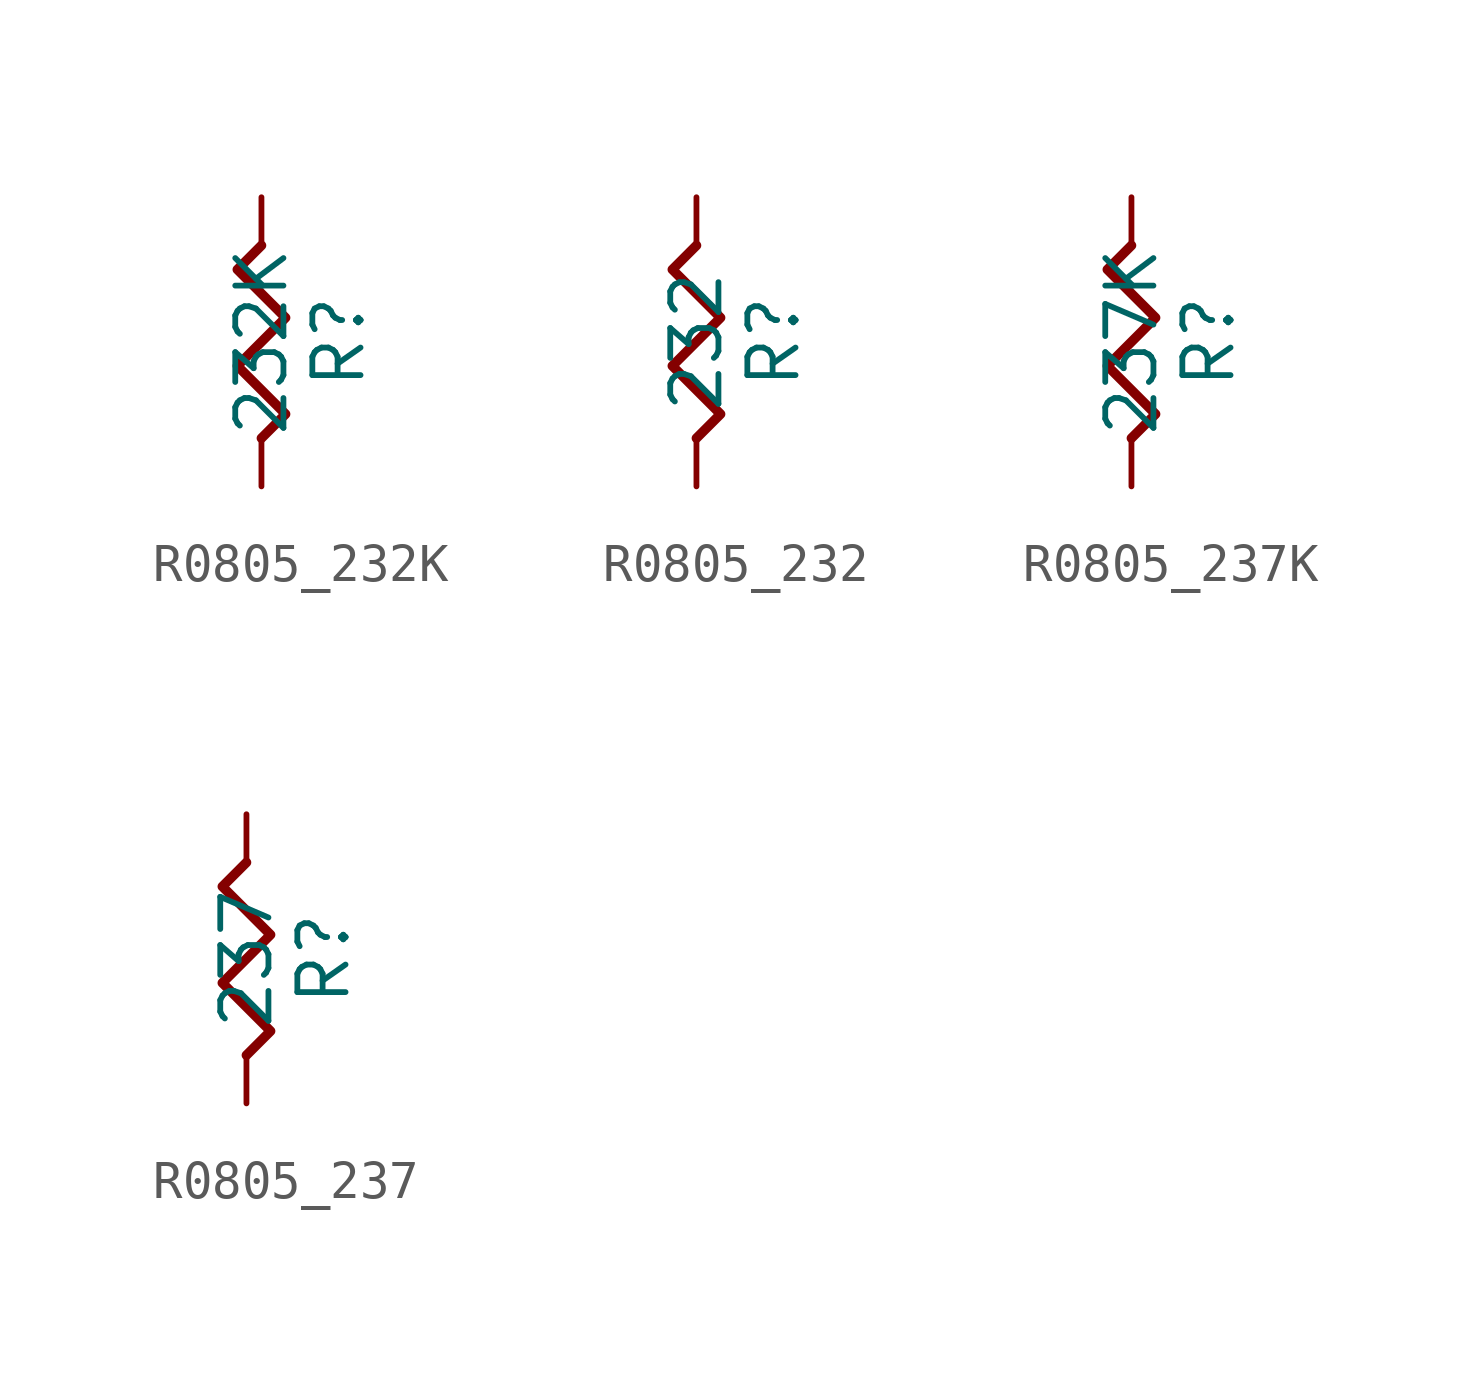
<source format=kicad_sym>
(kicad_symbol_lib
  (version 20211014)
  (generator atlantix-eda)
  (symbol "R0805_232K"
    (pin_numbers hide)
    (pin_names
      (offset 0))
    (property "Reference" "R"
      (at 2.032 0 90)
      (effects (font (size 1.27 1.27))))
    (property "Value" "232K"
      (at 0 0 90)
      (effects (font (size 1.27 1.27))))
    (symbol "R0805_232K_0_1"
      (polyline (pts (xy 0 -2.54) (xy 0.635 -1.905) (xy -0.635 -0.635) (xy 0.635 0.635) (xy -0.635 1.905) (xy 0 2.54)) (stroke (width 0.254) (type default) (color 0 0 0 0)) (fill (type none))))
    (symbol "R0805_232K_1_1"
      (pin passive line (at 0 3.81 270) (length 1.27) (name "~" (effects (font (size 1.27 1.27)))) (number "1" (effects (font (size 1.27 1.27)))))
      (pin passive line (at 0 -3.81 90) (length 1.27) (name "~" (effects (font (size 1.27 1.27)))) (number "2" (effects (font (size 1.27 1.27)))))))
  (symbol "R0805_232"
    (pin_numbers hide)
    (pin_names
      (offset 0))
    (property "Reference" "R"
      (at 2.032 0 90)
      (effects (font (size 1.27 1.27))))
    (property "Value" "232"
      (at 0 0 90)
      (effects (font (size 1.27 1.27))))
    (symbol "R0805_232_0_1"
      (polyline (pts (xy 0 -2.54) (xy 0.635 -1.905) (xy -0.635 -0.635) (xy 0.635 0.635) (xy -0.635 1.905) (xy 0 2.54)) (stroke (width 0.254) (type default) (color 0 0 0 0)) (fill (type none))))
    (symbol "R0805_232_1_1"
      (pin passive line (at 0 3.81 270) (length 1.27) (name "~" (effects (font (size 1.27 1.27)))) (number "1" (effects (font (size 1.27 1.27)))))
      (pin passive line (at 0 -3.81 90) (length 1.27) (name "~" (effects (font (size 1.27 1.27)))) (number "2" (effects (font (size 1.27 1.27)))))))
  (symbol "R0805_237K"
    (pin_numbers hide)
    (pin_names
      (offset 0))
    (property "Reference" "R"
      (at 2.032 0 90)
      (effects (font (size 1.27 1.27))))
    (property "Value" "237K"
      (at 0 0 90)
      (effects (font (size 1.27 1.27))))
    (symbol "R0805_237K_0_1"
      (polyline (pts (xy 0 -2.54) (xy 0.635 -1.905) (xy -0.635 -0.635) (xy 0.635 0.635) (xy -0.635 1.905) (xy 0 2.54)) (stroke (width 0.254) (type default) (color 0 0 0 0)) (fill (type none))))
    (symbol "R0805_237K_1_1"
      (pin passive line (at 0 3.81 270) (length 1.27) (name "~" (effects (font (size 1.27 1.27)))) (number "1" (effects (font (size 1.27 1.27)))))
      (pin passive line (at 0 -3.81 90) (length 1.27) (name "~" (effects (font (size 1.27 1.27)))) (number "2" (effects (font (size 1.27 1.27)))))))
  (symbol "R0805_237"
    (pin_numbers hide)
    (pin_names
      (offset 0))
    (property "Reference" "R"
      (at 2.032 0 90)
      (effects (font (size 1.27 1.27))))
    (property "Value" "237"
      (at 0 0 90)
      (effects (font (size 1.27 1.27))))
    (symbol "R0805_237_0_1"
      (polyline (pts (xy 0 -2.54) (xy 0.635 -1.905) (xy -0.635 -0.635) (xy 0.635 0.635) (xy -0.635 1.905) (xy 0 2.54)) (stroke (width 0.254) (type default) (color 0 0 0 0)) (fill (type none))))
    (symbol "R0805_237_1_1"
      (pin passive line (at 0 3.81 270) (length 1.27) (name "~" (effects (font (size 1.27 1.27)))) (number "1" (effects (font (size 1.27 1.27)))))
      (pin passive line (at 0 -3.81 90) (length 1.27) (name "~" (effects (font (size 1.27 1.27)))) (number "2" (effects (font (size 1.27 1.27))))))))
</source>
